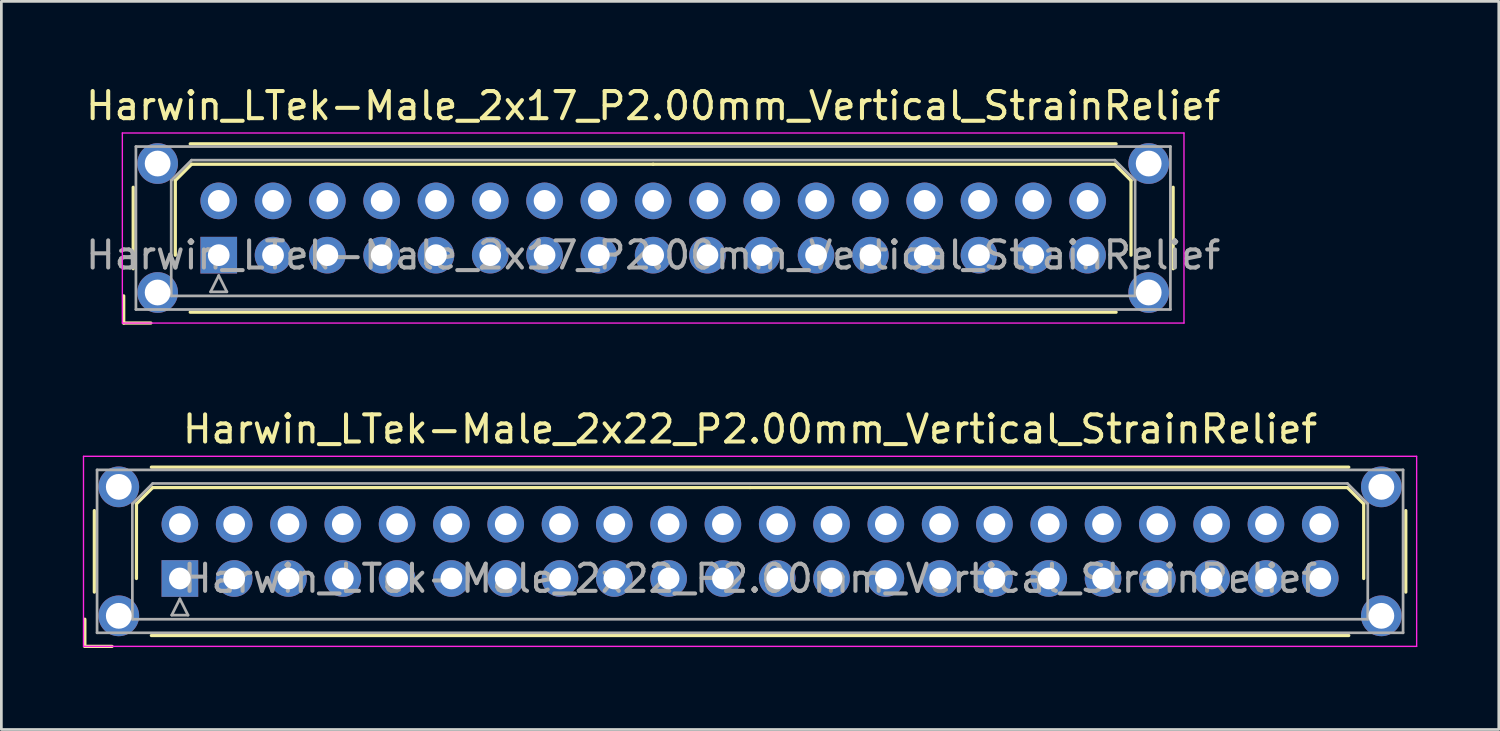
<source format=kicad_pcb>
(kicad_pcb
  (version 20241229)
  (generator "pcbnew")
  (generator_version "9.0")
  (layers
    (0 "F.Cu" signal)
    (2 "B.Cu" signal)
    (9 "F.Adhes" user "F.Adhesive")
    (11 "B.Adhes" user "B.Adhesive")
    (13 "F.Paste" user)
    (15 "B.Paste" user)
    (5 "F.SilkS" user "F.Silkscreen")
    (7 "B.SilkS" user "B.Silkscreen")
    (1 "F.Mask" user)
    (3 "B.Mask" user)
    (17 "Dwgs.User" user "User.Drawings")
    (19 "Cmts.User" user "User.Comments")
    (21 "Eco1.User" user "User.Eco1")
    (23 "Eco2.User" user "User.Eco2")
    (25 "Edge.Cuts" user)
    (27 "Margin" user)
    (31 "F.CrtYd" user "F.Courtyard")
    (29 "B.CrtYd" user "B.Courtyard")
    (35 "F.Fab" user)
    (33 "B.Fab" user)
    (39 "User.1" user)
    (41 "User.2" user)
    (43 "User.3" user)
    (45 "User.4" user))
  (footprint "Harwin_LTek-Male_2x22_P2.00mm_Vertical_StrainRelief"
    (layer "F.Cu")
    (at 3.575 18.256)
    (property "Reference" "Harwin_LTek-Male_2x22_P2.00mm_Vertical_StrainRelief" (at 21 -5.5 0) (layer "F.SilkS") (effects (font (size 1 1) (thickness 0.15))))
    (attr through_hole)
    (fp_line (start -3.5 1.5) (end -3.5 2.5) (stroke (width 0.12) (type solid)) (layer "F.SilkS"))
    (fp_line (start -3.5 2.5) (end -2.5 2.5) (stroke (width 0.12) (type solid)) (layer "F.SilkS"))
    (fp_line (start -3.15 -2.5) (end -3.15 0.5) (stroke (width 0.12) (type solid)) (layer "F.SilkS"))
    (fp_line (start -1.6 -2.75) (end -1 -3.35) (stroke (width 0.12) (type solid)) (layer "F.SilkS"))
    (fp_line (start -1.6 0) (end -1.6 -2.75) (stroke (width 0.12) (type solid)) (layer "F.SilkS"))
    (fp_line (start -1.05 -4.1) (end 43.05 -4.1) (stroke (width 0.12) (type solid)) (layer "F.SilkS"))
    (fp_line (start -1.05 2.1) (end 43.05 2.1) (stroke (width 0.12) (type solid)) (layer "F.SilkS"))
    (fp_line (start -1 -3.35) (end 21 -3.35) (stroke (width 0.12) (type solid)) (layer "F.SilkS"))
    (fp_line (start 43 -3.35) (end 21 -3.35) (stroke (width 0.12) (type solid)) (layer "F.SilkS"))
    (fp_line (start 43.6 -2.75) (end 43 -3.35) (stroke (width 0.12) (type solid)) (layer "F.SilkS"))
    (fp_line (start 43.6 0) (end 43.6 -2.75) (stroke (width 0.12) (type solid)) (layer "F.SilkS"))
    (fp_line (start 45.15 -2.5) (end 45.15 0.5) (stroke (width 0.12) (type solid)) (layer "F.SilkS"))
    (fp_line (start -3.55 -4.5) (end -3.55 2.5) (stroke (width 0.05) (type solid)) (layer "F.CrtYd"))
    (fp_line (start -3.55 2.5) (end 45.55 2.5) (stroke (width 0.05) (type solid)) (layer "F.CrtYd"))
    (fp_line (start 45.55 -4.5) (end -3.55 -4.5) (stroke (width 0.05) (type solid)) (layer "F.CrtYd"))
    (fp_line (start 45.55 2.5) (end 45.55 -4.5) (stroke (width 0.05) (type solid)) (layer "F.CrtYd"))
    (fp_line (start -3.05 -4) (end -3.05 2) (stroke (width 0.1) (type solid)) (layer "F.Fab"))
    (fp_line (start -3.05 2) (end 45.05 2) (stroke (width 0.1) (type solid)) (layer "F.Fab"))
    (fp_line (start -1.75 -2.75) (end -1 -3.5) (stroke (width 0.1) (type solid)) (layer "F.Fab"))
    (fp_line (start -1.75 1.5) (end -1.75 -2.75) (stroke (width 0.1) (type solid)) (layer "F.Fab"))
    (fp_line (start -1 -3.5) (end 43 -3.5) (stroke (width 0.1) (type solid)) (layer "F.Fab"))
    (fp_line (start -0.3 1.35) (end 0.3 1.35) (stroke (width 0.1) (type solid)) (layer "F.Fab"))
    (fp_line (start 0 0.75) (end -0.3 1.35) (stroke (width 0.1) (type solid)) (layer "F.Fab"))
    (fp_line (start 0.3 1.35) (end 0 0.75) (stroke (width 0.1) (type solid)) (layer "F.Fab"))
    (fp_line (start 43 -3.5) (end 43.75 -2.75) (stroke (width 0.1) (type solid)) (layer "F.Fab"))
    (fp_line (start 43.75 -2.75) (end 43.75 1.5) (stroke (width 0.1) (type solid)) (layer "F.Fab"))
    (fp_line (start 43.75 1.5) (end -1.75 1.5) (stroke (width 0.1) (type solid)) (layer "F.Fab"))
    (fp_line (start 45.05 -4) (end -3.05 -4) (stroke (width 0.1) (type solid)) (layer "F.Fab"))
    (fp_line (start 45.05 2) (end 45.05 -4) (stroke (width 0.1) (type solid)) (layer "F.Fab"))
    (fp_text user "${REFERENCE}" (at 21 0 0) (layer "F.Fab") (effects (font (size 1 1) (thickness 0.15))))
    (pad "" thru_hole circle (at -2.25 -3.375) (size 1.5 1.5) (drill 0.95) (layers "*.Cu" "*.Mask"))
    (pad "" thru_hole circle (at -2.25 1.375) (size 1.5 1.5) (drill 0.95) (layers "*.Cu" "*.Mask"))
    (pad "" thru_hole circle (at 44.25 -3.375) (size 1.5 1.5) (drill 0.95) (layers "*.Cu" "*.Mask"))
    (pad "" thru_hole circle (at 44.25 1.375) (size 1.5 1.5) (drill 0.95) (layers "*.Cu" "*.Mask"))
    (pad "1" thru_hole rect (at 0 0) (size 1.35 1.35) (drill 0.8) (layers "*.Cu" "*.Mask"))
    (pad "2" thru_hole circle (at 0 -2) (size 1.35 1.35) (drill 0.8) (layers "*.Cu" "*.Mask"))
    (pad "3" thru_hole circle (at 2 0) (size 1.35 1.35) (drill 0.8) (layers "*.Cu" "*.Mask"))
    (pad "4" thru_hole circle (at 2 -2) (size 1.35 1.35) (drill 0.8) (layers "*.Cu" "*.Mask"))
    (pad "5" thru_hole circle (at 4 0) (size 1.35 1.35) (drill 0.8) (layers "*.Cu" "*.Mask"))
    (pad "6" thru_hole circle (at 4 -2) (size 1.35 1.35) (drill 0.8) (layers "*.Cu" "*.Mask"))
    (pad "7" thru_hole circle (at 6 0) (size 1.35 1.35) (drill 0.8) (layers "*.Cu" "*.Mask"))
    (pad "8" thru_hole circle (at 6 -2) (size 1.35 1.35) (drill 0.8) (layers "*.Cu" "*.Mask"))
    (pad "9" thru_hole circle (at 8 0) (size 1.35 1.35) (drill 0.8) (layers "*.Cu" "*.Mask"))
    (pad "10" thru_hole circle (at 8 -2) (size 1.35 1.35) (drill 0.8) (layers "*.Cu" "*.Mask"))
    (pad "11" thru_hole circle (at 10 0) (size 1.35 1.35) (drill 0.8) (layers "*.Cu" "*.Mask"))
    (pad "12" thru_hole circle (at 10 -2) (size 1.35 1.35) (drill 0.8) (layers "*.Cu" "*.Mask"))
    (pad "13" thru_hole circle (at 12 0) (size 1.35 1.35) (drill 0.8) (layers "*.Cu" "*.Mask"))
    (pad "14" thru_hole circle (at 12 -2) (size 1.35 1.35) (drill 0.8) (layers "*.Cu" "*.Mask"))
    (pad "15" thru_hole circle (at 14 0) (size 1.35 1.35) (drill 0.8) (layers "*.Cu" "*.Mask"))
    (pad "16" thru_hole circle (at 14 -2) (size 1.35 1.35) (drill 0.8) (layers "*.Cu" "*.Mask"))
    (pad "17" thru_hole circle (at 16 0) (size 1.35 1.35) (drill 0.8) (layers "*.Cu" "*.Mask"))
    (pad "18" thru_hole circle (at 16 -2) (size 1.35 1.35) (drill 0.8) (layers "*.Cu" "*.Mask"))
    (pad "19" thru_hole circle (at 18 0) (size 1.35 1.35) (drill 0.8) (layers "*.Cu" "*.Mask"))
    (pad "20" thru_hole circle (at 18 -2) (size 1.35 1.35) (drill 0.8) (layers "*.Cu" "*.Mask"))
    (pad "21" thru_hole circle (at 20 0) (size 1.35 1.35) (drill 0.8) (layers "*.Cu" "*.Mask"))
    (pad "22" thru_hole circle (at 20 -2) (size 1.35 1.35) (drill 0.8) (layers "*.Cu" "*.Mask"))
    (pad "23" thru_hole circle (at 22 0) (size 1.35 1.35) (drill 0.8) (layers "*.Cu" "*.Mask"))
    (pad "24" thru_hole circle (at 22 -2) (size 1.35 1.35) (drill 0.8) (layers "*.Cu" "*.Mask"))
    (pad "25" thru_hole circle (at 24 0) (size 1.35 1.35) (drill 0.8) (layers "*.Cu" "*.Mask"))
    (pad "26" thru_hole circle (at 24 -2) (size 1.35 1.35) (drill 0.8) (layers "*.Cu" "*.Mask"))
    (pad "27" thru_hole circle (at 26 0) (size 1.35 1.35) (drill 0.8) (layers "*.Cu" "*.Mask"))
    (pad "28" thru_hole circle (at 26 -2) (size 1.35 1.35) (drill 0.8) (layers "*.Cu" "*.Mask"))
    (pad "29" thru_hole circle (at 28 0) (size 1.35 1.35) (drill 0.8) (layers "*.Cu" "*.Mask"))
    (pad "30" thru_hole circle (at 28 -2) (size 1.35 1.35) (drill 0.8) (layers "*.Cu" "*.Mask"))
    (pad "31" thru_hole circle (at 30 0) (size 1.35 1.35) (drill 0.8) (layers "*.Cu" "*.Mask"))
    (pad "32" thru_hole circle (at 30 -2) (size 1.35 1.35) (drill 0.8) (layers "*.Cu" "*.Mask"))
    (pad "33" thru_hole circle (at 32 0) (size 1.35 1.35) (drill 0.8) (layers "*.Cu" "*.Mask"))
    (pad "34" thru_hole circle (at 32 -2) (size 1.35 1.35) (drill 0.8) (layers "*.Cu" "*.Mask"))
    (pad "35" thru_hole circle (at 34 0) (size 1.35 1.35) (drill 0.8) (layers "*.Cu" "*.Mask"))
    (pad "36" thru_hole circle (at 34 -2) (size 1.35 1.35) (drill 0.8) (layers "*.Cu" "*.Mask"))
    (pad "37" thru_hole circle (at 36 0) (size 1.35 1.35) (drill 0.8) (layers "*.Cu" "*.Mask"))
    (pad "38" thru_hole circle (at 36 -2) (size 1.35 1.35) (drill 0.8) (layers "*.Cu" "*.Mask"))
    (pad "39" thru_hole circle (at 38 0) (size 1.35 1.35) (drill 0.8) (layers "*.Cu" "*.Mask"))
    (pad "40" thru_hole circle (at 38 -2) (size 1.35 1.35) (drill 0.8) (layers "*.Cu" "*.Mask"))
    (pad "41" thru_hole circle (at 40 0) (size 1.35 1.35) (drill 0.8) (layers "*.Cu" "*.Mask"))
    (pad "42" thru_hole circle (at 40 -2) (size 1.35 1.35) (drill 0.8) (layers "*.Cu" "*.Mask"))
    (pad "43" thru_hole circle (at 42 0) (size 1.35 1.35) (drill 0.8) (layers "*.Cu" "*.Mask"))
    (pad "44" thru_hole circle (at 42 -2) (size 1.35 1.35) (drill 0.8) (layers "*.Cu" "*.Mask")))
  (footprint "Harwin_LTek-Male_2x17_P2.00mm_Vertical_StrainRelief"
    (layer "F.Cu")
    (at 5.006 6.348)
    (property "Reference" "Harwin_LTek-Male_2x17_P2.00mm_Vertical_StrainRelief" (at 16 -5.5 0) (layer "F.SilkS") (effects (font (size 1 1) (thickness 0.15))))
    (attr through_hole)
    (fp_line (start -3.5 1.5) (end -3.5 2.5) (stroke (width 0.12) (type solid)) (layer "F.SilkS"))
    (fp_line (start -3.5 2.5) (end -2.5 2.5) (stroke (width 0.12) (type solid)) (layer "F.SilkS"))
    (fp_line (start -3.15 -2.5) (end -3.15 0.5) (stroke (width 0.12) (type solid)) (layer "F.SilkS"))
    (fp_line (start -1.6 -2.75) (end -1 -3.35) (stroke (width 0.12) (type solid)) (layer "F.SilkS"))
    (fp_line (start -1.6 0) (end -1.6 -2.75) (stroke (width 0.12) (type solid)) (layer "F.SilkS"))
    (fp_line (start -1.05 -4.1) (end 33.05 -4.1) (stroke (width 0.12) (type solid)) (layer "F.SilkS"))
    (fp_line (start -1.05 2.1) (end 33.05 2.1) (stroke (width 0.12) (type solid)) (layer "F.SilkS"))
    (fp_line (start -1 -3.35) (end 16 -3.35) (stroke (width 0.12) (type solid)) (layer "F.SilkS"))
    (fp_line (start 33 -3.35) (end 16 -3.35) (stroke (width 0.12) (type solid)) (layer "F.SilkS"))
    (fp_line (start 33.6 -2.75) (end 33 -3.35) (stroke (width 0.12) (type solid)) (layer "F.SilkS"))
    (fp_line (start 33.6 0) (end 33.6 -2.75) (stroke (width 0.12) (type solid)) (layer "F.SilkS"))
    (fp_line (start 35.15 -2.5) (end 35.15 0.5) (stroke (width 0.12) (type solid)) (layer "F.SilkS"))
    (fp_line (start -3.55 -4.5) (end -3.55 2.5) (stroke (width 0.05) (type solid)) (layer "F.CrtYd"))
    (fp_line (start -3.55 2.5) (end 35.55 2.5) (stroke (width 0.05) (type solid)) (layer "F.CrtYd"))
    (fp_line (start 35.55 -4.5) (end -3.55 -4.5) (stroke (width 0.05) (type solid)) (layer "F.CrtYd"))
    (fp_line (start 35.55 2.5) (end 35.55 -4.5) (stroke (width 0.05) (type solid)) (layer "F.CrtYd"))
    (fp_line (start -3.05 -4) (end -3.05 2) (stroke (width 0.1) (type solid)) (layer "F.Fab"))
    (fp_line (start -3.05 2) (end 35.05 2) (stroke (width 0.1) (type solid)) (layer "F.Fab"))
    (fp_line (start -1.75 -2.75) (end -1 -3.5) (stroke (width 0.1) (type solid)) (layer "F.Fab"))
    (fp_line (start -1.75 1.5) (end -1.75 -2.75) (stroke (width 0.1) (type solid)) (layer "F.Fab"))
    (fp_line (start -1 -3.5) (end 33 -3.5) (stroke (width 0.1) (type solid)) (layer "F.Fab"))
    (fp_line (start -0.3 1.35) (end 0.3 1.35) (stroke (width 0.1) (type solid)) (layer "F.Fab"))
    (fp_line (start 0 0.75) (end -0.3 1.35) (stroke (width 0.1) (type solid)) (layer "F.Fab"))
    (fp_line (start 0.3 1.35) (end 0 0.75) (stroke (width 0.1) (type solid)) (layer "F.Fab"))
    (fp_line (start 33 -3.5) (end 33.75 -2.75) (stroke (width 0.1) (type solid)) (layer "F.Fab"))
    (fp_line (start 33.75 -2.75) (end 33.75 1.5) (stroke (width 0.1) (type solid)) (layer "F.Fab"))
    (fp_line (start 33.75 1.5) (end -1.75 1.5) (stroke (width 0.1) (type solid)) (layer "F.Fab"))
    (fp_line (start 35.05 -4) (end -3.05 -4) (stroke (width 0.1) (type solid)) (layer "F.Fab"))
    (fp_line (start 35.05 2) (end 35.05 -4) (stroke (width 0.1) (type solid)) (layer "F.Fab"))
    (fp_text user "${REFERENCE}" (at 16 0 0) (layer "F.Fab") (effects (font (size 1 1) (thickness 0.15))))
    (pad "" thru_hole circle (at -2.25 -3.375) (size 1.5 1.5) (drill 0.95) (layers "*.Cu" "*.Mask"))
    (pad "" thru_hole circle (at -2.25 1.375) (size 1.5 1.5) (drill 0.95) (layers "*.Cu" "*.Mask"))
    (pad "" thru_hole circle (at 34.25 -3.375) (size 1.5 1.5) (drill 0.95) (layers "*.Cu" "*.Mask"))
    (pad "" thru_hole circle (at 34.25 1.375) (size 1.5 1.5) (drill 0.95) (layers "*.Cu" "*.Mask"))
    (pad "1" thru_hole rect (at 0 0) (size 1.35 1.35) (drill 0.8) (layers "*.Cu" "*.Mask"))
    (pad "2" thru_hole circle (at 0 -2) (size 1.35 1.35) (drill 0.8) (layers "*.Cu" "*.Mask"))
    (pad "3" thru_hole circle (at 2 0) (size 1.35 1.35) (drill 0.8) (layers "*.Cu" "*.Mask"))
    (pad "4" thru_hole circle (at 2 -2) (size 1.35 1.35) (drill 0.8) (layers "*.Cu" "*.Mask"))
    (pad "5" thru_hole circle (at 4 0) (size 1.35 1.35) (drill 0.8) (layers "*.Cu" "*.Mask"))
    (pad "6" thru_hole circle (at 4 -2) (size 1.35 1.35) (drill 0.8) (layers "*.Cu" "*.Mask"))
    (pad "7" thru_hole circle (at 6 0) (size 1.35 1.35) (drill 0.8) (layers "*.Cu" "*.Mask"))
    (pad "8" thru_hole circle (at 6 -2) (size 1.35 1.35) (drill 0.8) (layers "*.Cu" "*.Mask"))
    (pad "9" thru_hole circle (at 8 0) (size 1.35 1.35) (drill 0.8) (layers "*.Cu" "*.Mask"))
    (pad "10" thru_hole circle (at 8 -2) (size 1.35 1.35) (drill 0.8) (layers "*.Cu" "*.Mask"))
    (pad "11" thru_hole circle (at 10 0) (size 1.35 1.35) (drill 0.8) (layers "*.Cu" "*.Mask"))
    (pad "12" thru_hole circle (at 10 -2) (size 1.35 1.35) (drill 0.8) (layers "*.Cu" "*.Mask"))
    (pad "13" thru_hole circle (at 12 0) (size 1.35 1.35) (drill 0.8) (layers "*.Cu" "*.Mask"))
    (pad "14" thru_hole circle (at 12 -2) (size 1.35 1.35) (drill 0.8) (layers "*.Cu" "*.Mask"))
    (pad "15" thru_hole circle (at 14 0) (size 1.35 1.35) (drill 0.8) (layers "*.Cu" "*.Mask"))
    (pad "16" thru_hole circle (at 14 -2) (size 1.35 1.35) (drill 0.8) (layers "*.Cu" "*.Mask"))
    (pad "17" thru_hole circle (at 16 0) (size 1.35 1.35) (drill 0.8) (layers "*.Cu" "*.Mask"))
    (pad "18" thru_hole circle (at 16 -2) (size 1.35 1.35) (drill 0.8) (layers "*.Cu" "*.Mask"))
    (pad "19" thru_hole circle (at 18 0) (size 1.35 1.35) (drill 0.8) (layers "*.Cu" "*.Mask"))
    (pad "20" thru_hole circle (at 18 -2) (size 1.35 1.35) (drill 0.8) (layers "*.Cu" "*.Mask"))
    (pad "21" thru_hole circle (at 20 0) (size 1.35 1.35) (drill 0.8) (layers "*.Cu" "*.Mask"))
    (pad "22" thru_hole circle (at 20 -2) (size 1.35 1.35) (drill 0.8) (layers "*.Cu" "*.Mask"))
    (pad "23" thru_hole circle (at 22 0) (size 1.35 1.35) (drill 0.8) (layers "*.Cu" "*.Mask"))
    (pad "24" thru_hole circle (at 22 -2) (size 1.35 1.35) (drill 0.8) (layers "*.Cu" "*.Mask"))
    (pad "25" thru_hole circle (at 24 0) (size 1.35 1.35) (drill 0.8) (layers "*.Cu" "*.Mask"))
    (pad "26" thru_hole circle (at 24 -2) (size 1.35 1.35) (drill 0.8) (layers "*.Cu" "*.Mask"))
    (pad "27" thru_hole circle (at 26 0) (size 1.35 1.35) (drill 0.8) (layers "*.Cu" "*.Mask"))
    (pad "28" thru_hole circle (at 26 -2) (size 1.35 1.35) (drill 0.8) (layers "*.Cu" "*.Mask"))
    (pad "29" thru_hole circle (at 28 0) (size 1.35 1.35) (drill 0.8) (layers "*.Cu" "*.Mask"))
    (pad "30" thru_hole circle (at 28 -2) (size 1.35 1.35) (drill 0.8) (layers "*.Cu" "*.Mask"))
    (pad "31" thru_hole circle (at 30 0) (size 1.35 1.35) (drill 0.8) (layers "*.Cu" "*.Mask"))
    (pad "32" thru_hole circle (at 30 -2) (size 1.35 1.35) (drill 0.8) (layers "*.Cu" "*.Mask"))
    (pad "33" thru_hole circle (at 32 0) (size 1.35 1.35) (drill 0.8) (layers "*.Cu" "*.Mask"))
    (pad "34" thru_hole circle (at 32 -2) (size 1.35 1.35) (drill 0.8) (layers "*.Cu" "*.Mask")))
  (gr_rect
    (start -3 -3)
    (end 52.15 23.817)
    (stroke (width 0.1) (type default))
    (fill no)
    (layer "Edge.Cuts")))
</source>
